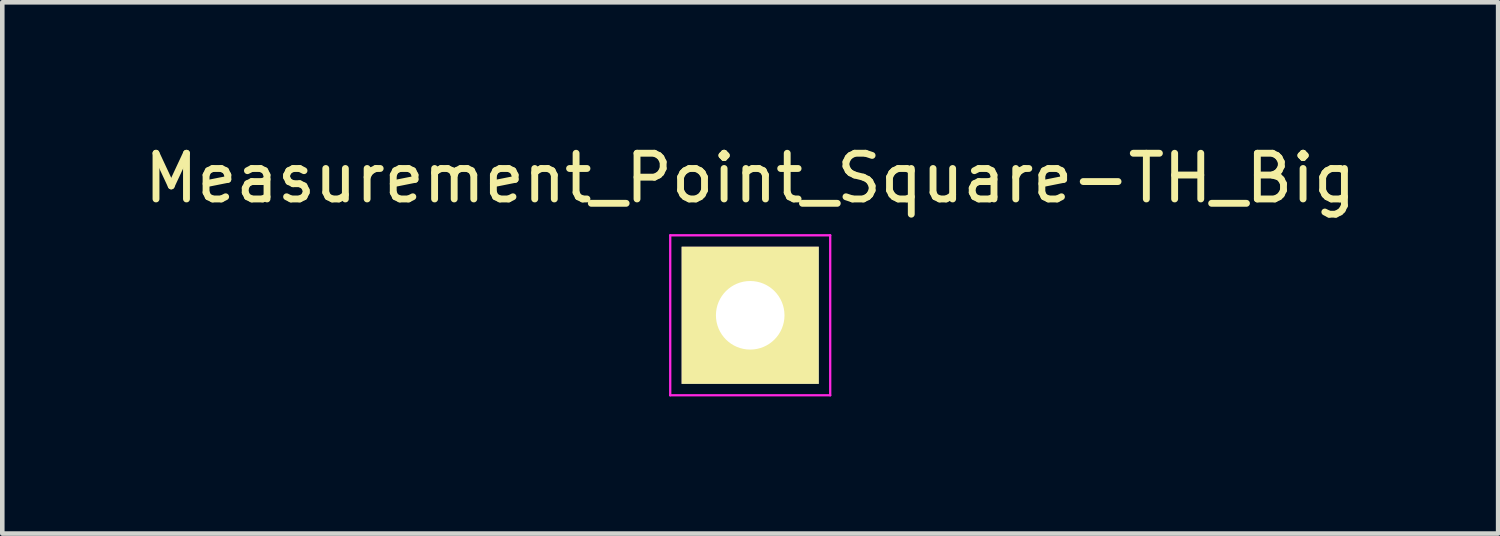
<source format=kicad_pcb>
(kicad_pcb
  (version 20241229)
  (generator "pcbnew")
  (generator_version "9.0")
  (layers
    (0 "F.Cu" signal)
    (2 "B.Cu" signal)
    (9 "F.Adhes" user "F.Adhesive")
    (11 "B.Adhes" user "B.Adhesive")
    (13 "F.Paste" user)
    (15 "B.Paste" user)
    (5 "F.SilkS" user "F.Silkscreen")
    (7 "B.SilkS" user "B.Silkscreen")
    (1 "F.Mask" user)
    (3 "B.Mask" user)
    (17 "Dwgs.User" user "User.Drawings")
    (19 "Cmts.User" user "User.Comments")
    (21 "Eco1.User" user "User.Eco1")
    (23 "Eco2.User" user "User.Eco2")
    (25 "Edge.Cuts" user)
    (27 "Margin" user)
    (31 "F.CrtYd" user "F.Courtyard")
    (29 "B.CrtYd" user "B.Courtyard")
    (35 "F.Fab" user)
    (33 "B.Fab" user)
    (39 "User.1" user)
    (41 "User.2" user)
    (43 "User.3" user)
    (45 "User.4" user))
  (footprint "Measurement_Point_Square-TH_Big"
    (layer "F.Cu")
    (at 13.363 3.848)
    (property "Reference" "Measurement_Point_Square-TH_Big" (at 0 -3 0) (layer "F.SilkS") (effects (font (size 1 1) (thickness 0.15))))
    (attr exclude_from_pos_files exclude_from_bom)
    (fp_line (start -1.75 -1.75) (end 1.75 -1.75) (stroke (width 0.05) (type solid)) (layer "F.CrtYd"))
    (fp_line (start -1.75 1.75) (end -1.75 -1.75) (stroke (width 0.05) (type solid)) (layer "F.CrtYd"))
    (fp_line (start 1.75 -1.75) (end 1.75 1.75) (stroke (width 0.05) (type solid)) (layer "F.CrtYd"))
    (fp_line (start 1.75 1.75) (end -1.75 1.75) (stroke (width 0.05) (type solid)) (layer "F.CrtYd"))
    (pad "1" thru_hole rect (at 0 0) (size 3 3) (drill 1.5) (layers "*.Cu" "*.Mask" "F.SilkS")))
  (gr_rect
    (start -3 -3)
    (end 29.726 8.623)
    (stroke (width 0.1) (type default))
    (fill no)
    (layer "Edge.Cuts")))
</source>
